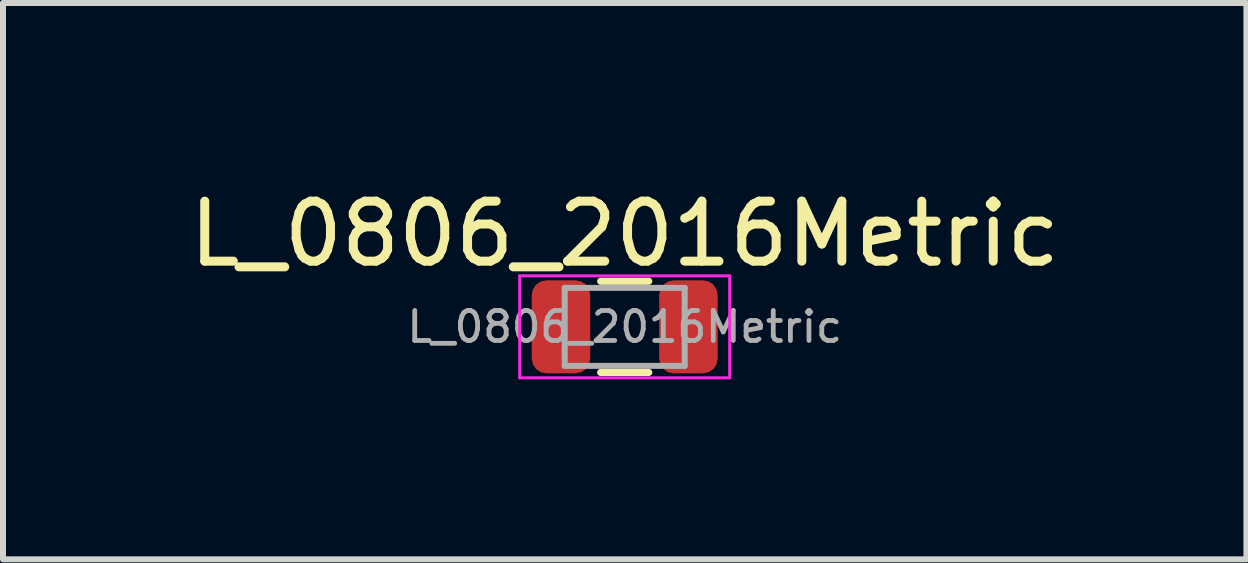
<source format=kicad_pcb>
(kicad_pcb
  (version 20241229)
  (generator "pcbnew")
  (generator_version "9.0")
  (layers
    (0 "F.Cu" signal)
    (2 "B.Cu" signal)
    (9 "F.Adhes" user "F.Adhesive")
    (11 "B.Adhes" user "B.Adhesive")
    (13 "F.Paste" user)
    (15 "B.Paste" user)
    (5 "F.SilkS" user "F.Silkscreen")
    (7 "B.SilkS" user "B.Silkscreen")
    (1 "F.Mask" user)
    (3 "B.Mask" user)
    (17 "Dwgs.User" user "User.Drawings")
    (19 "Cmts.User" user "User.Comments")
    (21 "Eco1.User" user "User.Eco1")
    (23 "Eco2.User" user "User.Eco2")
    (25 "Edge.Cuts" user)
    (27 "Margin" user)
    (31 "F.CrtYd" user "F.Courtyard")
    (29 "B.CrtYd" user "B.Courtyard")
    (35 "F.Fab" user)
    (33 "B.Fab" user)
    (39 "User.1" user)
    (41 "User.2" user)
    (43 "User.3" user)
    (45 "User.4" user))
  (footprint "L_0806_2016Metric"
    (layer "F.Cu")
    (at 7.363 2.398)
    (property "Reference" "L_0806_2016Metric" (at 0 -1.55 0) (layer "F.SilkS") (effects (font (size 1 1) (thickness 0.15))))
    (attr smd)
    (fp_line (start -0.4 -0.76) (end 0.4 -0.76) (stroke (width 0.12) (type solid)) (layer "F.SilkS"))
    (fp_line (start -0.4 0.76) (end 0.4 0.76) (stroke (width 0.12) (type solid)) (layer "F.SilkS"))
    (fp_line (start -1.75 -0.85) (end 1.75 -0.85) (stroke (width 0.05) (type solid)) (layer "F.CrtYd"))
    (fp_line (start -1.75 0.85) (end -1.75 -0.85) (stroke (width 0.05) (type solid)) (layer "F.CrtYd"))
    (fp_line (start 1.75 -0.85) (end 1.75 0.85) (stroke (width 0.05) (type solid)) (layer "F.CrtYd"))
    (fp_line (start 1.75 0.85) (end -1.75 0.85) (stroke (width 0.05) (type solid)) (layer "F.CrtYd"))
    (fp_line (start -1 -0.65) (end 1 -0.65) (stroke (width 0.1) (type solid)) (layer "F.Fab"))
    (fp_line (start -1 0.65) (end -1 -0.65) (stroke (width 0.1) (type solid)) (layer "F.Fab"))
    (fp_line (start 1 -0.65) (end 1 0.65) (stroke (width 0.1) (type solid)) (layer "F.Fab"))
    (fp_line (start 1 0.65) (end -1 0.65) (stroke (width 0.1) (type solid)) (layer "F.Fab"))
    (fp_text user "${REFERENCE}" (at 0 0 0) (layer "F.Fab") (effects (font (size 0.5 0.5) (thickness 0.08))))
    (pad "1" smd roundrect (at -1.062 0) (size 0.975 1.55) (layers "F.Cu" "F.Mask" "F.Paste") (roundrect_rratio 0.25))
    (pad "2" smd roundrect (at 1.062 0) (size 0.975 1.55) (layers "F.Cu" "F.Mask" "F.Paste") (roundrect_rratio 0.25)))
  (gr_rect
    (start -3 -3)
    (end 17.726 6.273)
    (stroke (width 0.1) (type default))
    (fill no)
    (layer "Edge.Cuts")))
</source>
